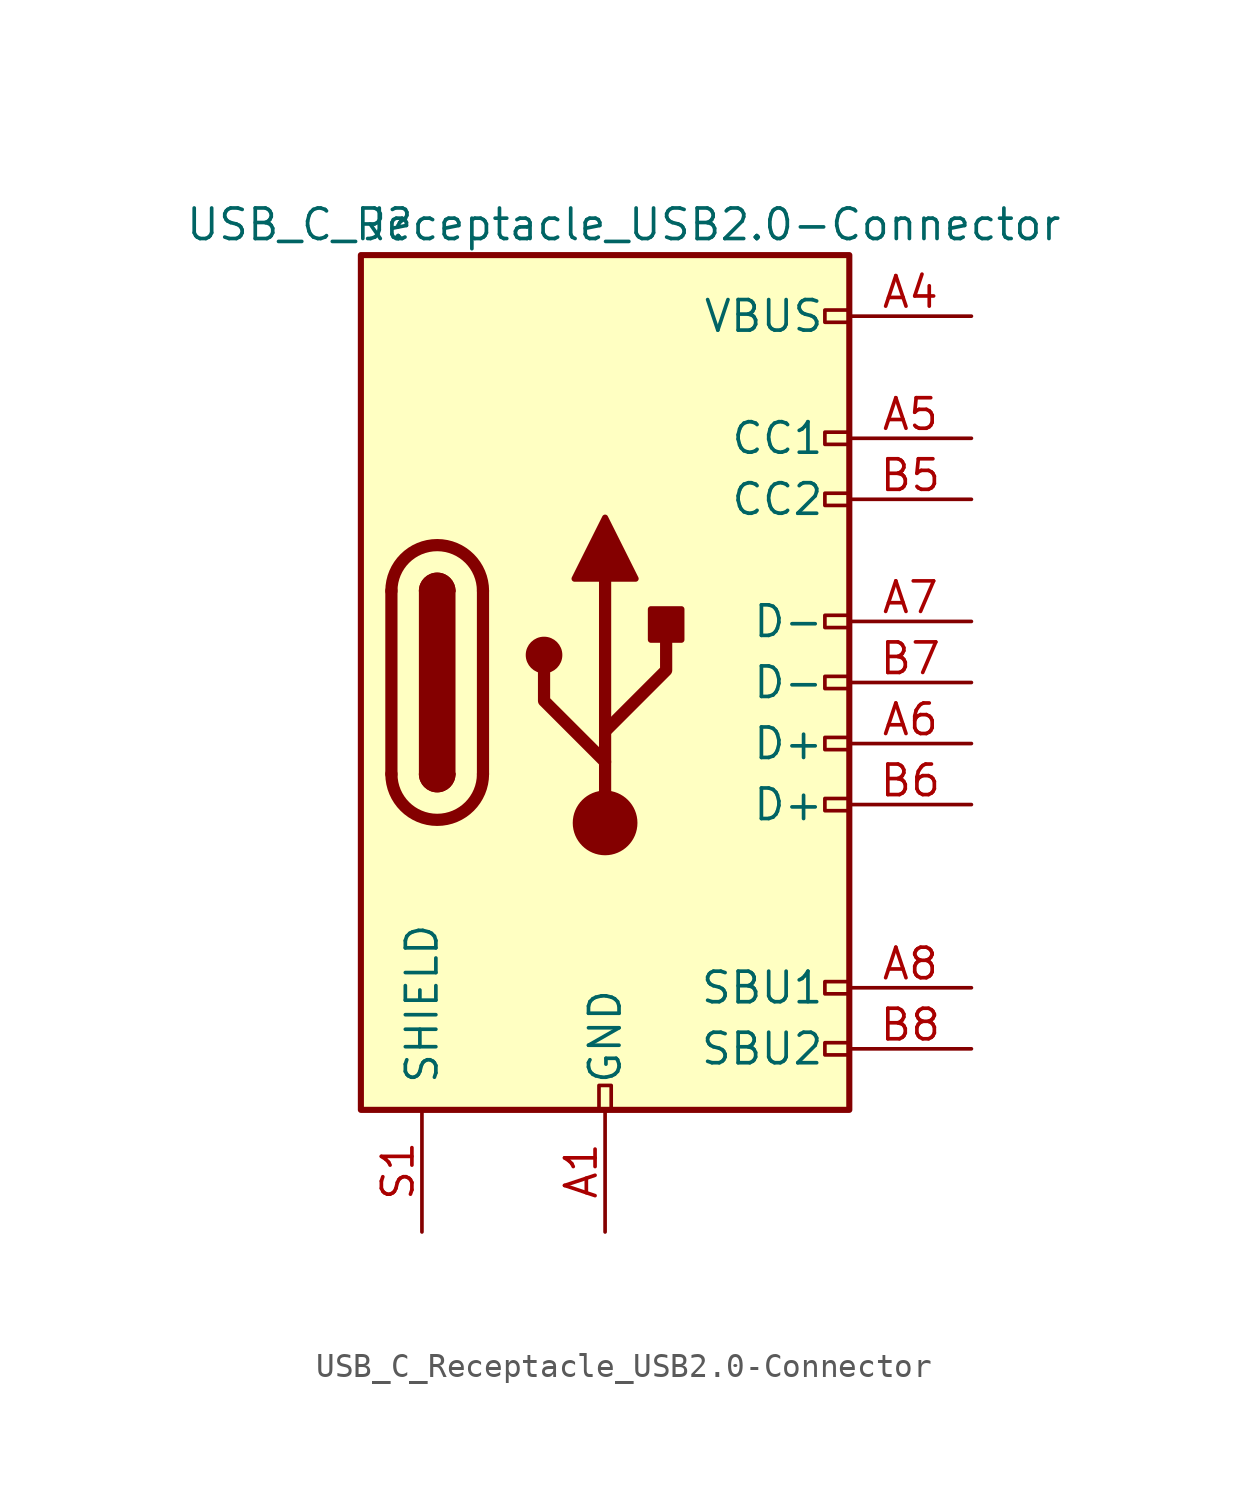
<source format=kicad_sym>
(kicad_symbol_lib
  (version 20241209)
  (generator "kicad_symbol_editor")
  (generator_version "9.0")
  (symbol "USB_C_Receptacle_USB2.0-Connector"
    (pin_names
      (offset 1.016))
    (property "Reference" "J"
      (at -10.16 19.05 0)
      (effects (font (size 1.27 1.27)) (justify left)))
    (property "Value" "USB_C_Receptacle_USB2.0-Connector"
      (at 19.05 19.05 0)
      (effects (font (size 1.27 1.27)) (justify right)))
    (symbol "USB_C_Receptacle_USB2.0-Connector_0_0"
      (rectangle (start -0.254 -17.78) (end 0.254 -16.764) (stroke (width 0) (type solid)) (fill (type none)))
      (rectangle (start 10.16 15.494) (end 9.144 14.986) (stroke (width 0) (type solid)) (fill (type none)))
      (rectangle (start 10.16 10.414) (end 9.144 9.906) (stroke (width 0) (type solid)) (fill (type none)))
      (rectangle (start 10.16 7.874) (end 9.144 7.366) (stroke (width 0) (type solid)) (fill (type none)))
      (rectangle (start 10.16 2.794) (end 9.144 2.286) (stroke (width 0) (type solid)) (fill (type none)))
      (rectangle (start 10.16 0.254) (end 9.144 -0.254) (stroke (width 0) (type solid)) (fill (type none)))
      (rectangle (start 10.16 -2.286) (end 9.144 -2.794) (stroke (width 0) (type solid)) (fill (type none)))
      (rectangle (start 10.16 -4.826) (end 9.144 -5.334) (stroke (width 0) (type solid)) (fill (type none)))
      (rectangle (start 10.16 -12.446) (end 9.144 -12.954) (stroke (width 0) (type solid)) (fill (type none)))
      (rectangle (start 10.16 -14.986) (end 9.144 -15.494) (stroke (width 0) (type solid)) (fill (type none))))
    (symbol "USB_C_Receptacle_USB2.0-Connector_0_1"
      (rectangle (start -10.16 17.78) (end 10.16 -17.78) (stroke (width 0.254) (type solid)) (fill (type background)))
      (polyline (pts (xy -8.89 -3.81) (xy -8.89 3.81)) (stroke (width 0.508) (type solid)) (fill (type none)))
      (rectangle (start -7.62 -3.81) (end -6.35 3.81) (stroke (width 0.254) (type solid)) (fill (type outline)))
      (arc (start -8.89 3.81) (mid -6.985 5.715) (end -5.08 3.81) (stroke (width 0.508) (type solid)) (fill (type none)))
      (arc (start -7.62 3.81) (mid -6.985 4.445) (end -6.35 3.81) (stroke (width 0.254) (type solid)) (fill (type none)))
      (arc (start -7.62 3.81) (mid -6.985 4.445) (end -6.35 3.81) (stroke (width 0.254) (type solid)) (fill (type outline)))
      (arc (start -6.35 -3.81) (mid -6.985 -4.445) (end -7.62 -3.81) (stroke (width 0.254) (type solid)) (fill (type none)))
      (arc (start -6.35 -3.81) (mid -6.985 -4.445) (end -7.62 -3.81) (stroke (width 0.254) (type solid)) (fill (type outline)))
      (arc (start -5.08 -3.81) (mid -6.985 -5.715) (end -8.89 -3.81) (stroke (width 0.508) (type solid)) (fill (type none)))
      (polyline (pts (xy -5.08 3.81) (xy -5.08 -3.81)) (stroke (width 0.508) (type solid)) (fill (type none)))
      (circle (center -2.54 1.143) (radius 0.635) (stroke (width 0.254) (type solid)) (fill (type outline)))
      (polyline (pts (xy -1.27 4.318) (xy 0 6.858) (xy 1.27 4.318) (xy -1.27 4.318)) (stroke (width 0.254) (type solid)) (fill (type outline)))
      (polyline (pts (xy 0 -2.032) (xy 2.54 0.508) (xy 2.54 1.778)) (stroke (width 0.508) (type solid)) (fill (type none)))
      (polyline (pts (xy 0 -3.302) (xy -2.54 -0.762) (xy -2.54 0.508)) (stroke (width 0.508) (type solid)) (fill (type none)))
      (polyline (pts (xy 0 -5.842) (xy 0 4.318)) (stroke (width 0.508) (type solid)) (fill (type none)))
      (circle (center 0 -5.842) (radius 1.27) (stroke (width 0) (type solid)) (fill (type outline)))
      (rectangle (start 1.905 1.778) (end 3.175 3.048) (stroke (width 0.254) (type solid)) (fill (type outline))))
    (symbol "USB_C_Receptacle_USB2.0-Connector_1_1"
      (pin passive line (at -7.62 -22.86 90) (length 5.08) (name "SHIELD" (effects (font (size 1.27 1.27)))) (number "S1" (effects (font (size 1.27 1.27)))))
      (pin power_in line (at 0 -22.86 90) (length 5.08) (name "GND" (effects (font (size 1.27 1.27)))) (number "A1" (effects (font (size 1.27 1.27)))))
      (pin passive line (at 0 -22.86 90) (length 5.08) (hide yes) (name "GND" (effects (font (size 1.27 1.27)))) (number "A12" (effects (font (size 1.27 1.27)))))
      (pin passive line (at 0 -22.86 90) (length 5.08) (hide yes) (name "GND" (effects (font (size 1.27 1.27)))) (number "B1" (effects (font (size 1.27 1.27)))))
      (pin passive line (at 0 -22.86 90) (length 5.08) (hide yes) (name "GND" (effects (font (size 1.27 1.27)))) (number "B12" (effects (font (size 1.27 1.27)))))
      (pin power_in line (at 15.24 15.24 180) (length 5.08) (name "VBUS" (effects (font (size 1.27 1.27)))) (number "A4" (effects (font (size 1.27 1.27)))))
      (pin passive line (at 15.24 15.24 180) (length 5.08) (hide yes) (name "VBUS" (effects (font (size 1.27 1.27)))) (number "A9" (effects (font (size 1.27 1.27)))))
      (pin passive line (at 15.24 15.24 180) (length 5.08) (hide yes) (name "VBUS" (effects (font (size 1.27 1.27)))) (number "B4" (effects (font (size 1.27 1.27)))))
      (pin passive line (at 15.24 15.24 180) (length 5.08) (hide yes) (name "VBUS" (effects (font (size 1.27 1.27)))) (number "B9" (effects (font (size 1.27 1.27)))))
      (pin bidirectional line (at 15.24 10.16 180) (length 5.08) (name "CC1" (effects (font (size 1.27 1.27)))) (number "A5" (effects (font (size 1.27 1.27)))))
      (pin bidirectional line (at 15.24 7.62 180) (length 5.08) (name "CC2" (effects (font (size 1.27 1.27)))) (number "B5" (effects (font (size 1.27 1.27)))))
      (pin bidirectional line (at 15.24 2.54 180) (length 5.08) (name "D-" (effects (font (size 1.27 1.27)))) (number "A7" (effects (font (size 1.27 1.27)))))
      (pin bidirectional line (at 15.24 0 180) (length 5.08) (name "D-" (effects (font (size 1.27 1.27)))) (number "B7" (effects (font (size 1.27 1.27)))))
      (pin bidirectional line (at 15.24 -2.54 180) (length 5.08) (name "D+" (effects (font (size 1.27 1.27)))) (number "A6" (effects (font (size 1.27 1.27)))))
      (pin bidirectional line (at 15.24 -5.08 180) (length 5.08) (name "D+" (effects (font (size 1.27 1.27)))) (number "B6" (effects (font (size 1.27 1.27)))))
      (pin bidirectional line (at 15.24 -12.7 180) (length 5.08) (name "SBU1" (effects (font (size 1.27 1.27)))) (number "A8" (effects (font (size 1.27 1.27)))))
      (pin bidirectional line (at 15.24 -15.24 180) (length 5.08) (name "SBU2" (effects (font (size 1.27 1.27)))) (number "B8" (effects (font (size 1.27 1.27))))))))
</source>
